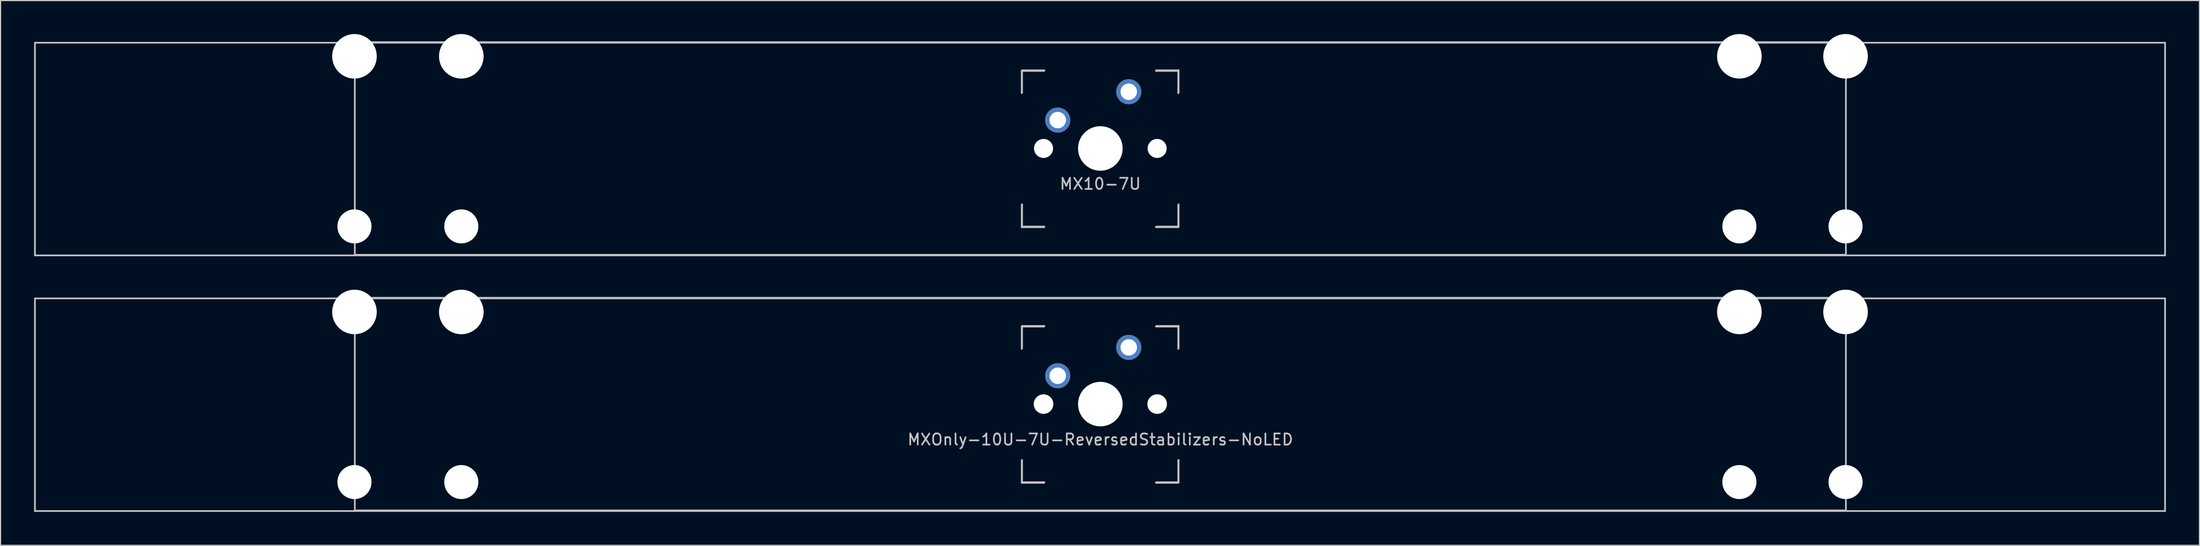
<source format=kicad_pcb>
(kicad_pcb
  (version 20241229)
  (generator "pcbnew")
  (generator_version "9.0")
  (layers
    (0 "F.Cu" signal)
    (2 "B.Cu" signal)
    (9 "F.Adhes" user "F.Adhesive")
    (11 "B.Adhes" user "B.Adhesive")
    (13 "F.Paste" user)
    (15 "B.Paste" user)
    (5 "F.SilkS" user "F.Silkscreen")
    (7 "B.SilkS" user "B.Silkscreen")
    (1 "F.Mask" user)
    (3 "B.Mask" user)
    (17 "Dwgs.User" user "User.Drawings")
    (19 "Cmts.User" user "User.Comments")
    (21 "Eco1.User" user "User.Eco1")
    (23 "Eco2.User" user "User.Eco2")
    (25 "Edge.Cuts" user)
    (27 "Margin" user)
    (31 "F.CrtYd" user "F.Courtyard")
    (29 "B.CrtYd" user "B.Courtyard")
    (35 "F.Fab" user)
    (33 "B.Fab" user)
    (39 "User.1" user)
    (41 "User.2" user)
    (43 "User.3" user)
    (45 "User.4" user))
  (footprint "MXOnly-10U-7U-ReversedStabilizers-NoLED"
    (layer "F.Cu")
    (at 95.355 33.153)
    (property "Reference" "MXOnly-10U-7U-ReversedStabilizers-NoLED" (at 0 3.175 0) (layer "Dwgs.User") (effects (font (size 1 1) (thickness 0.15))))
    (attr through_hole)
    (fp_line (start -95.28 -9.47) (end 95.22 -9.47) (stroke (width 0.15) (type solid)) (layer "Dwgs.User"))
    (fp_line (start -95.28 9.58) (end -95.28 -9.47) (stroke (width 0.15) (type solid)) (layer "Dwgs.User"))
    (fp_line (start -95.28 9.58) (end 95.22 9.58) (stroke (width 0.15) (type solid)) (layer "Dwgs.User"))
    (fp_line (start -66.675 -9.525) (end 66.675 -9.525) (stroke (width 0.15) (type solid)) (layer "Dwgs.User"))
    (fp_line (start -66.675 9.525) (end -66.675 -9.525) (stroke (width 0.15) (type solid)) (layer "Dwgs.User"))
    (fp_line (start -66.675 9.525) (end 66.675 9.525) (stroke (width 0.15) (type solid)) (layer "Dwgs.User"))
    (fp_line (start -7.03 -6.945) (end -7.03 -4.945) (stroke (width 0.15) (type solid)) (layer "Dwgs.User"))
    (fp_line (start -7.03 5.055) (end -7.03 7.055) (stroke (width 0.15) (type solid)) (layer "Dwgs.User"))
    (fp_line (start -7.03 7.055) (end -5.03 7.055) (stroke (width 0.15) (type solid)) (layer "Dwgs.User"))
    (fp_line (start -7 -7) (end -7 -5) (stroke (width 0.15) (type solid)) (layer "Dwgs.User"))
    (fp_line (start -7 5) (end -7 7) (stroke (width 0.15) (type solid)) (layer "Dwgs.User"))
    (fp_line (start -7 7) (end -5 7) (stroke (width 0.15) (type solid)) (layer "Dwgs.User"))
    (fp_line (start -5.03 -6.945) (end -7.03 -6.945) (stroke (width 0.15) (type solid)) (layer "Dwgs.User"))
    (fp_line (start -5 -7) (end -7 -7) (stroke (width 0.15) (type solid)) (layer "Dwgs.User"))
    (fp_line (start 4.97 -6.945) (end 6.97 -6.945) (stroke (width 0.15) (type solid)) (layer "Dwgs.User"))
    (fp_line (start 4.97 7.055) (end 6.97 7.055) (stroke (width 0.15) (type solid)) (layer "Dwgs.User"))
    (fp_line (start 5 -7) (end 7 -7) (stroke (width 0.15) (type solid)) (layer "Dwgs.User"))
    (fp_line (start 5 7) (end 7 7) (stroke (width 0.15) (type solid)) (layer "Dwgs.User"))
    (fp_line (start 6.97 -6.945) (end 6.97 -4.945) (stroke (width 0.15) (type solid)) (layer "Dwgs.User"))
    (fp_line (start 6.97 7.055) (end 6.97 5.055) (stroke (width 0.15) (type solid)) (layer "Dwgs.User"))
    (fp_line (start 7 -7) (end 7 -5) (stroke (width 0.15) (type solid)) (layer "Dwgs.User"))
    (fp_line (start 7 7) (end 7 5) (stroke (width 0.15) (type solid)) (layer "Dwgs.User"))
    (fp_line (start 66.675 -9.525) (end 66.675 9.525) (stroke (width 0.15) (type solid)) (layer "Dwgs.User"))
    (fp_line (start 95.22 -9.47) (end 95.22 9.58) (stroke (width 0.15) (type solid)) (layer "Dwgs.User"))
    (pad "" np_thru_hole circle (at -66.705 -8.255) (size 3.988 3.988) (drill 3.988) (layers "*.Cu" "*.Mask"))
    (pad "" np_thru_hole circle (at -66.705 6.985) (size 3.048 3.048) (drill 3.048) (layers "*.Cu" "*.Mask"))
    (pad "" np_thru_hole circle (at -57.15 -8.255) (size 3.988 3.988) (drill 3.988) (layers "*.Cu" "*.Mask"))
    (pad "" np_thru_hole circle (at -57.15 6.985) (size 3.048 3.048) (drill 3.048) (layers "*.Cu" "*.Mask"))
    (pad "" np_thru_hole circle (at -5.08 0 48.1) (size 1.75 1.75) (drill 1.75) (layers "*.Cu" "*.Mask"))
    (pad "" np_thru_hole circle (at 0 0) (size 3.988 3.988) (drill 3.988) (layers "*.Cu" "*.Mask"))
    (pad "" np_thru_hole circle (at 5.08 0 48.1) (size 1.75 1.75) (drill 1.75) (layers "*.Cu" "*.Mask"))
    (pad "" np_thru_hole circle (at 57.15 -8.255) (size 3.988 3.988) (drill 3.988) (layers "*.Cu" "*.Mask"))
    (pad "" np_thru_hole circle (at 57.15 6.985) (size 3.048 3.048) (drill 3.048) (layers "*.Cu" "*.Mask"))
    (pad "" np_thru_hole circle (at 66.645 -8.255) (size 3.988 3.988) (drill 3.988) (layers "*.Cu" "*.Mask"))
    (pad "" np_thru_hole circle (at 66.645 6.985) (size 3.048 3.048) (drill 3.048) (layers "*.Cu" "*.Mask"))
    (pad "1" thru_hole circle (at -3.81 -2.54) (size 2.25 2.25) (drill 1.47) (layers "*.Cu" "B.Mask"))
    (pad "2" thru_hole circle (at 2.54 -5.08) (size 2.25 2.25) (drill 1.47) (layers "*.Cu" "B.Mask")))
  (footprint "MX10-7U"
    (layer "F.Cu")
    (at 95.355 10.249)
    (property "Reference" "MX10-7U" (at 0 3.175 0) (layer "Dwgs.User") (effects (font (size 1 1) (thickness 0.15))))
    (attr through_hole)
    (fp_line (start -95.28 -9.47) (end 95.22 -9.47) (stroke (width 0.15) (type solid)) (layer "Dwgs.User"))
    (fp_line (start -95.28 9.58) (end -95.28 -9.47) (stroke (width 0.15) (type solid)) (layer "Dwgs.User"))
    (fp_line (start -95.28 9.58) (end 95.22 9.58) (stroke (width 0.15) (type solid)) (layer "Dwgs.User"))
    (fp_line (start -66.675 -9.525) (end 66.675 -9.525) (stroke (width 0.15) (type solid)) (layer "Dwgs.User"))
    (fp_line (start -66.675 9.525) (end -66.675 -9.525) (stroke (width 0.15) (type solid)) (layer "Dwgs.User"))
    (fp_line (start -66.675 9.525) (end 66.675 9.525) (stroke (width 0.15) (type solid)) (layer "Dwgs.User"))
    (fp_line (start -7.03 -6.945) (end -7.03 -4.945) (stroke (width 0.15) (type solid)) (layer "Dwgs.User"))
    (fp_line (start -7.03 5.055) (end -7.03 7.055) (stroke (width 0.15) (type solid)) (layer "Dwgs.User"))
    (fp_line (start -7.03 7.055) (end -5.03 7.055) (stroke (width 0.15) (type solid)) (layer "Dwgs.User"))
    (fp_line (start -7 -7) (end -7 -5) (stroke (width 0.15) (type solid)) (layer "Dwgs.User"))
    (fp_line (start -7 5) (end -7 7) (stroke (width 0.15) (type solid)) (layer "Dwgs.User"))
    (fp_line (start -7 7) (end -5 7) (stroke (width 0.15) (type solid)) (layer "Dwgs.User"))
    (fp_line (start -5.03 -6.945) (end -7.03 -6.945) (stroke (width 0.15) (type solid)) (layer "Dwgs.User"))
    (fp_line (start -5 -7) (end -7 -7) (stroke (width 0.15) (type solid)) (layer "Dwgs.User"))
    (fp_line (start 4.97 -6.945) (end 6.97 -6.945) (stroke (width 0.15) (type solid)) (layer "Dwgs.User"))
    (fp_line (start 4.97 7.055) (end 6.97 7.055) (stroke (width 0.15) (type solid)) (layer "Dwgs.User"))
    (fp_line (start 5 -7) (end 7 -7) (stroke (width 0.15) (type solid)) (layer "Dwgs.User"))
    (fp_line (start 5 7) (end 7 7) (stroke (width 0.15) (type solid)) (layer "Dwgs.User"))
    (fp_line (start 6.97 -6.945) (end 6.97 -4.945) (stroke (width 0.15) (type solid)) (layer "Dwgs.User"))
    (fp_line (start 6.97 7.055) (end 6.97 5.055) (stroke (width 0.15) (type solid)) (layer "Dwgs.User"))
    (fp_line (start 7 -7) (end 7 -5) (stroke (width 0.15) (type solid)) (layer "Dwgs.User"))
    (fp_line (start 7 7) (end 7 5) (stroke (width 0.15) (type solid)) (layer "Dwgs.User"))
    (fp_line (start 66.675 -9.525) (end 66.675 9.525) (stroke (width 0.15) (type solid)) (layer "Dwgs.User"))
    (fp_line (start 95.22 -9.47) (end 95.22 9.58) (stroke (width 0.15) (type solid)) (layer "Dwgs.User"))
    (pad "" np_thru_hole circle (at -66.705 -8.255) (size 3.988 3.988) (drill 3.988) (layers "*.Cu" "*.Mask"))
    (pad "" np_thru_hole circle (at -66.705 6.985) (size 3.048 3.048) (drill 3.048) (layers "*.Cu" "*.Mask"))
    (pad "" np_thru_hole circle (at -57.15 -8.255) (size 3.988 3.988) (drill 3.988) (layers "*.Cu" "*.Mask"))
    (pad "" np_thru_hole circle (at -57.15 6.985) (size 3.048 3.048) (drill 3.048) (layers "*.Cu" "*.Mask"))
    (pad "" np_thru_hole circle (at -5.08 0 48.1) (size 1.702 1.702) (drill 1.702) (layers "*.Cu" "*.Mask"))
    (pad "" np_thru_hole circle (at 0 0) (size 3.988 3.988) (drill 3.988) (layers "*.Cu" "*.Mask"))
    (pad "" np_thru_hole circle (at 5.08 0 48.1) (size 1.702 1.702) (drill 1.702) (layers "*.Cu" "*.Mask"))
    (pad "" np_thru_hole circle (at 57.15 -8.255) (size 3.988 3.988) (drill 3.988) (layers "*.Cu" "*.Mask"))
    (pad "" np_thru_hole circle (at 57.15 6.985) (size 3.048 3.048) (drill 3.048) (layers "*.Cu" "*.Mask"))
    (pad "" np_thru_hole circle (at 66.645 -8.255) (size 3.988 3.988) (drill 3.988) (layers "*.Cu" "*.Mask"))
    (pad "" np_thru_hole circle (at 66.645 6.985) (size 3.048 3.048) (drill 3.048) (layers "*.Cu" "*.Mask"))
    (pad "1" thru_hole circle (at -3.81 -2.54) (size 2.25 2.25) (drill 1.47) (layers "*.Cu" "B.Mask"))
    (pad "2" thru_hole circle (at 2.54 -5.08) (size 2.25 2.25) (drill 1.47) (layers "*.Cu" "B.Mask")))
  (gr_rect
    (start -3 -3)
    (end 193.65 45.808)
    (stroke (width 0.1) (type default))
    (fill no)
    (layer "Edge.Cuts")))
</source>
